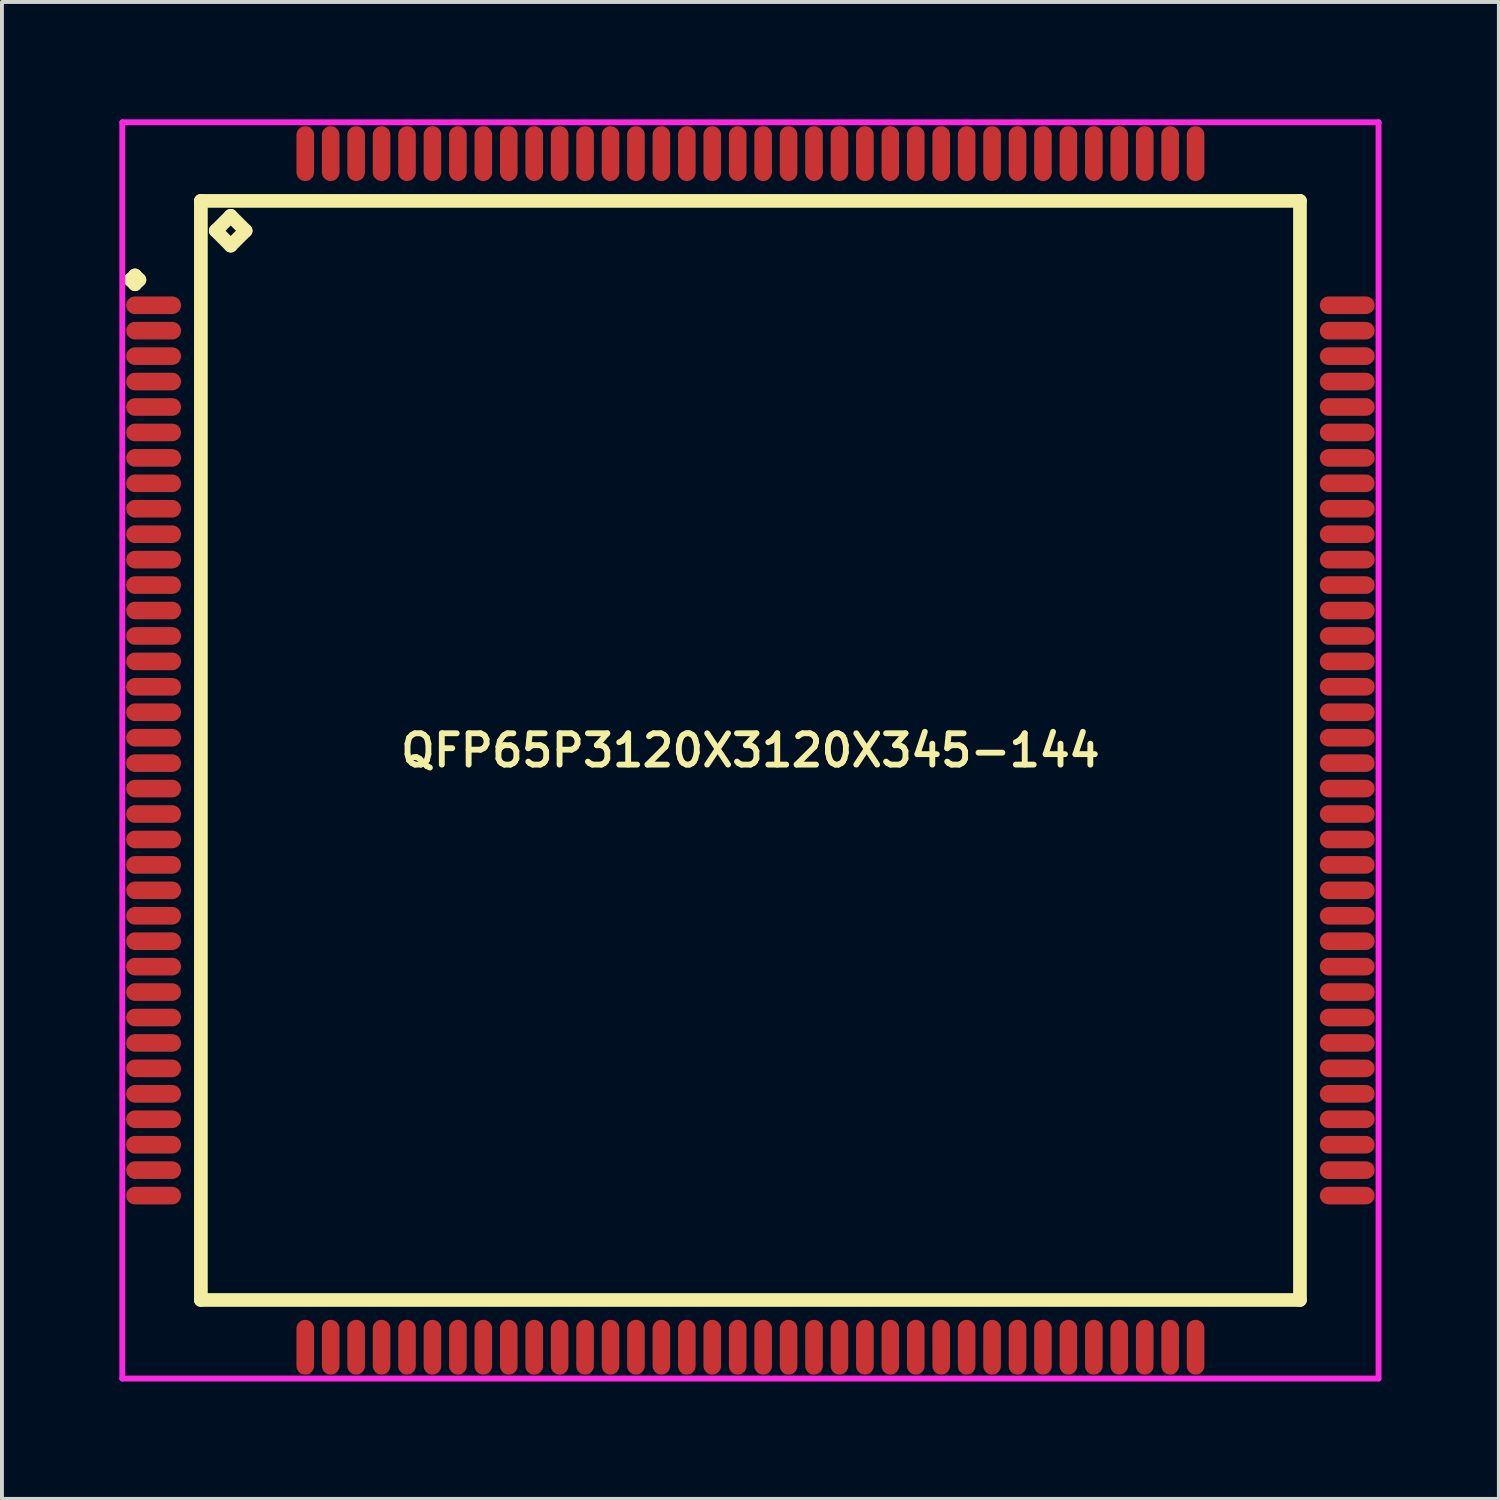
<source format=kicad_pcb>
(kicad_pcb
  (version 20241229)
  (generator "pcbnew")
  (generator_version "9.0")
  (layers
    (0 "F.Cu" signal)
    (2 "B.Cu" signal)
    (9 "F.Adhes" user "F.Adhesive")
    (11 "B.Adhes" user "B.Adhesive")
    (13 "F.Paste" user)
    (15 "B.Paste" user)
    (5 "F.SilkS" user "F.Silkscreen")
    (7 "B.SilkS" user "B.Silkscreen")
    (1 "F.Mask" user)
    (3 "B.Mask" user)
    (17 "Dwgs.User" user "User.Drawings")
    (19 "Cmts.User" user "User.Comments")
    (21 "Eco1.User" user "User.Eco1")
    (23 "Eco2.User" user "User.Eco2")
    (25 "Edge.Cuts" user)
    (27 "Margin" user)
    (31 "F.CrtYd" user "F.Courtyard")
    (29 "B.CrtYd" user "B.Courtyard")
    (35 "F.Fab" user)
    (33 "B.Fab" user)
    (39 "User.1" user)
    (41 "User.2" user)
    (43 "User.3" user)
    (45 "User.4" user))
  (footprint "QFP65P3120X3120X345-144"
    (layer "F.Cu")
    (at 16.125 16.125)
    (property "Reference" "QFP65P3120X3120X345-144" (at 0 0 0) (layer "F.SilkS") (effects (font (size 0.8 0.8) (thickness 0.15))))
    (attr smd)
    (fp_line (start -15.838 -12.025) (end -15.725 -12.137) (stroke (width 0.35) (type solid)) (layer "F.SilkS"))
    (fp_line (start -15.725 -12.137) (end -15.613 -12.025) (stroke (width 0.35) (type solid)) (layer "F.SilkS"))
    (fp_line (start -15.725 -11.912) (end -15.838 -12.025) (stroke (width 0.35) (type solid)) (layer "F.SilkS"))
    (fp_line (start -15.613 -12.025) (end -15.725 -11.912) (stroke (width 0.35) (type solid)) (layer "F.SilkS"))
    (fp_line (start -14.042 -14.042) (end -14.042 14.042) (stroke (width 0.35) (type solid)) (layer "F.SilkS"))
    (fp_line (start -14.042 14.042) (end 14.042 14.042) (stroke (width 0.35) (type solid)) (layer "F.SilkS"))
    (fp_line (start -13.661 -13.28) (end -13.28 -13.661) (stroke (width 0.35) (type solid)) (layer "F.SilkS"))
    (fp_line (start -13.28 -13.661) (end -12.899 -13.28) (stroke (width 0.35) (type solid)) (layer "F.SilkS"))
    (fp_line (start -13.28 -12.899) (end -13.661 -13.28) (stroke (width 0.35) (type solid)) (layer "F.SilkS"))
    (fp_line (start -12.899 -13.28) (end -13.28 -12.899) (stroke (width 0.35) (type solid)) (layer "F.SilkS"))
    (fp_line (start 14.042 -14.042) (end -14.042 -14.042) (stroke (width 0.35) (type solid)) (layer "F.SilkS"))
    (fp_line (start 14.042 14.042) (end 14.042 -14.042) (stroke (width 0.35) (type solid)) (layer "F.SilkS"))
    (fp_line (start -16.05 -16.05) (end 16.05 -16.05) (stroke (width 0.15) (type solid)) (layer "F.CrtYd"))
    (fp_line (start -16.05 16.05) (end -16.05 -16.05) (stroke (width 0.15) (type solid)) (layer "F.CrtYd"))
    (fp_line (start 16.05 -16.05) (end 16.05 16.05) (stroke (width 0.15) (type solid)) (layer "F.CrtYd"))
    (fp_line (start 16.05 16.05) (end -16.05 16.05) (stroke (width 0.15) (type solid)) (layer "F.CrtYd"))
    (pad "1" smd oval (at -15.25 -11.375) (size 1.4 0.45) (layers "F.Cu" "F.Mask" "F.Paste"))
    (pad "2" smd oval (at -15.25 -10.725) (size 1.4 0.45) (layers "F.Cu" "F.Mask" "F.Paste"))
    (pad "3" smd oval (at -15.25 -10.075) (size 1.4 0.45) (layers "F.Cu" "F.Mask" "F.Paste"))
    (pad "4" smd oval (at -15.25 -9.425) (size 1.4 0.45) (layers "F.Cu" "F.Mask" "F.Paste"))
    (pad "5" smd oval (at -15.25 -8.775) (size 1.4 0.45) (layers "F.Cu" "F.Mask" "F.Paste"))
    (pad "6" smd oval (at -15.25 -8.125) (size 1.4 0.45) (layers "F.Cu" "F.Mask" "F.Paste"))
    (pad "7" smd oval (at -15.25 -7.475) (size 1.4 0.45) (layers "F.Cu" "F.Mask" "F.Paste"))
    (pad "8" smd oval (at -15.25 -6.825) (size 1.4 0.45) (layers "F.Cu" "F.Mask" "F.Paste"))
    (pad "9" smd oval (at -15.25 -6.175) (size 1.4 0.45) (layers "F.Cu" "F.Mask" "F.Paste"))
    (pad "10" smd oval (at -15.25 -5.525) (size 1.4 0.45) (layers "F.Cu" "F.Mask" "F.Paste"))
    (pad "11" smd oval (at -15.25 -4.875) (size 1.4 0.45) (layers "F.Cu" "F.Mask" "F.Paste"))
    (pad "12" smd oval (at -15.25 -4.225) (size 1.4 0.45) (layers "F.Cu" "F.Mask" "F.Paste"))
    (pad "13" smd oval (at -15.25 -3.575) (size 1.4 0.45) (layers "F.Cu" "F.Mask" "F.Paste"))
    (pad "14" smd oval (at -15.25 -2.925) (size 1.4 0.45) (layers "F.Cu" "F.Mask" "F.Paste"))
    (pad "15" smd oval (at -15.25 -2.275) (size 1.4 0.45) (layers "F.Cu" "F.Mask" "F.Paste"))
    (pad "16" smd oval (at -15.25 -1.625) (size 1.4 0.45) (layers "F.Cu" "F.Mask" "F.Paste"))
    (pad "17" smd oval (at -15.25 -0.975) (size 1.4 0.45) (layers "F.Cu" "F.Mask" "F.Paste"))
    (pad "18" smd oval (at -15.25 -0.325) (size 1.4 0.45) (layers "F.Cu" "F.Mask" "F.Paste"))
    (pad "19" smd oval (at -15.25 0.325) (size 1.4 0.45) (layers "F.Cu" "F.Mask" "F.Paste"))
    (pad "20" smd oval (at -15.25 0.975) (size 1.4 0.45) (layers "F.Cu" "F.Mask" "F.Paste"))
    (pad "21" smd oval (at -15.25 1.625) (size 1.4 0.45) (layers "F.Cu" "F.Mask" "F.Paste"))
    (pad "22" smd oval (at -15.25 2.275) (size 1.4 0.45) (layers "F.Cu" "F.Mask" "F.Paste"))
    (pad "23" smd oval (at -15.25 2.925) (size 1.4 0.45) (layers "F.Cu" "F.Mask" "F.Paste"))
    (pad "24" smd oval (at -15.25 3.575) (size 1.4 0.45) (layers "F.Cu" "F.Mask" "F.Paste"))
    (pad "25" smd oval (at -15.25 4.225) (size 1.4 0.45) (layers "F.Cu" "F.Mask" "F.Paste"))
    (pad "26" smd oval (at -15.25 4.875) (size 1.4 0.45) (layers "F.Cu" "F.Mask" "F.Paste"))
    (pad "27" smd oval (at -15.25 5.525) (size 1.4 0.45) (layers "F.Cu" "F.Mask" "F.Paste"))
    (pad "28" smd oval (at -15.25 6.175) (size 1.4 0.45) (layers "F.Cu" "F.Mask" "F.Paste"))
    (pad "29" smd oval (at -15.25 6.825) (size 1.4 0.45) (layers "F.Cu" "F.Mask" "F.Paste"))
    (pad "30" smd oval (at -15.25 7.475) (size 1.4 0.45) (layers "F.Cu" "F.Mask" "F.Paste"))
    (pad "31" smd oval (at -15.25 8.125) (size 1.4 0.45) (layers "F.Cu" "F.Mask" "F.Paste"))
    (pad "32" smd oval (at -15.25 8.775) (size 1.4 0.45) (layers "F.Cu" "F.Mask" "F.Paste"))
    (pad "33" smd oval (at -15.25 9.425) (size 1.4 0.45) (layers "F.Cu" "F.Mask" "F.Paste"))
    (pad "34" smd oval (at -15.25 10.075) (size 1.4 0.45) (layers "F.Cu" "F.Mask" "F.Paste"))
    (pad "35" smd oval (at -15.25 10.725) (size 1.4 0.45) (layers "F.Cu" "F.Mask" "F.Paste"))
    (pad "36" smd oval (at -15.25 11.375) (size 1.4 0.45) (layers "F.Cu" "F.Mask" "F.Paste"))
    (pad "37" smd oval (at -11.375 15.25) (size 0.45 1.4) (layers "F.Cu" "F.Mask" "F.Paste"))
    (pad "38" smd oval (at -10.725 15.25) (size 0.45 1.4) (layers "F.Cu" "F.Mask" "F.Paste"))
    (pad "39" smd oval (at -10.075 15.25) (size 0.45 1.4) (layers "F.Cu" "F.Mask" "F.Paste"))
    (pad "40" smd oval (at -9.425 15.25) (size 0.45 1.4) (layers "F.Cu" "F.Mask" "F.Paste"))
    (pad "41" smd oval (at -8.775 15.25) (size 0.45 1.4) (layers "F.Cu" "F.Mask" "F.Paste"))
    (pad "42" smd oval (at -8.125 15.25) (size 0.45 1.4) (layers "F.Cu" "F.Mask" "F.Paste"))
    (pad "43" smd oval (at -7.475 15.25) (size 0.45 1.4) (layers "F.Cu" "F.Mask" "F.Paste"))
    (pad "44" smd oval (at -6.825 15.25) (size 0.45 1.4) (layers "F.Cu" "F.Mask" "F.Paste"))
    (pad "45" smd oval (at -6.175 15.25) (size 0.45 1.4) (layers "F.Cu" "F.Mask" "F.Paste"))
    (pad "46" smd oval (at -5.525 15.25) (size 0.45 1.4) (layers "F.Cu" "F.Mask" "F.Paste"))
    (pad "47" smd oval (at -4.875 15.25) (size 0.45 1.4) (layers "F.Cu" "F.Mask" "F.Paste"))
    (pad "48" smd oval (at -4.225 15.25) (size 0.45 1.4) (layers "F.Cu" "F.Mask" "F.Paste"))
    (pad "49" smd oval (at -3.575 15.25) (size 0.45 1.4) (layers "F.Cu" "F.Mask" "F.Paste"))
    (pad "50" smd oval (at -2.925 15.25) (size 0.45 1.4) (layers "F.Cu" "F.Mask" "F.Paste"))
    (pad "51" smd oval (at -2.275 15.25) (size 0.45 1.4) (layers "F.Cu" "F.Mask" "F.Paste"))
    (pad "52" smd oval (at -1.625 15.25) (size 0.45 1.4) (layers "F.Cu" "F.Mask" "F.Paste"))
    (pad "53" smd oval (at -0.975 15.25) (size 0.45 1.4) (layers "F.Cu" "F.Mask" "F.Paste"))
    (pad "54" smd oval (at -0.325 15.25) (size 0.45 1.4) (layers "F.Cu" "F.Mask" "F.Paste"))
    (pad "55" smd oval (at 0.325 15.25) (size 0.45 1.4) (layers "F.Cu" "F.Mask" "F.Paste"))
    (pad "56" smd oval (at 0.975 15.25) (size 0.45 1.4) (layers "F.Cu" "F.Mask" "F.Paste"))
    (pad "57" smd oval (at 1.625 15.25) (size 0.45 1.4) (layers "F.Cu" "F.Mask" "F.Paste"))
    (pad "58" smd oval (at 2.275 15.25) (size 0.45 1.4) (layers "F.Cu" "F.Mask" "F.Paste"))
    (pad "59" smd oval (at 2.925 15.25) (size 0.45 1.4) (layers "F.Cu" "F.Mask" "F.Paste"))
    (pad "60" smd oval (at 3.575 15.25) (size 0.45 1.4) (layers "F.Cu" "F.Mask" "F.Paste"))
    (pad "61" smd oval (at 4.225 15.25) (size 0.45 1.4) (layers "F.Cu" "F.Mask" "F.Paste"))
    (pad "62" smd oval (at 4.875 15.25) (size 0.45 1.4) (layers "F.Cu" "F.Mask" "F.Paste"))
    (pad "63" smd oval (at 5.525 15.25) (size 0.45 1.4) (layers "F.Cu" "F.Mask" "F.Paste"))
    (pad "64" smd oval (at 6.175 15.25) (size 0.45 1.4) (layers "F.Cu" "F.Mask" "F.Paste"))
    (pad "65" smd oval (at 6.825 15.25) (size 0.45 1.4) (layers "F.Cu" "F.Mask" "F.Paste"))
    (pad "66" smd oval (at 7.475 15.25) (size 0.45 1.4) (layers "F.Cu" "F.Mask" "F.Paste"))
    (pad "67" smd oval (at 8.125 15.25) (size 0.45 1.4) (layers "F.Cu" "F.Mask" "F.Paste"))
    (pad "68" smd oval (at 8.775 15.25) (size 0.45 1.4) (layers "F.Cu" "F.Mask" "F.Paste"))
    (pad "69" smd oval (at 9.425 15.25) (size 0.45 1.4) (layers "F.Cu" "F.Mask" "F.Paste"))
    (pad "70" smd oval (at 10.075 15.25) (size 0.45 1.4) (layers "F.Cu" "F.Mask" "F.Paste"))
    (pad "71" smd oval (at 10.725 15.25) (size 0.45 1.4) (layers "F.Cu" "F.Mask" "F.Paste"))
    (pad "72" smd oval (at 11.375 15.25) (size 0.45 1.4) (layers "F.Cu" "F.Mask" "F.Paste"))
    (pad "73" smd oval (at 15.25 11.375) (size 1.4 0.45) (layers "F.Cu" "F.Mask" "F.Paste"))
    (pad "74" smd oval (at 15.25 10.725) (size 1.4 0.45) (layers "F.Cu" "F.Mask" "F.Paste"))
    (pad "75" smd oval (at 15.25 10.075) (size 1.4 0.45) (layers "F.Cu" "F.Mask" "F.Paste"))
    (pad "76" smd oval (at 15.25 9.425) (size 1.4 0.45) (layers "F.Cu" "F.Mask" "F.Paste"))
    (pad "77" smd oval (at 15.25 8.775) (size 1.4 0.45) (layers "F.Cu" "F.Mask" "F.Paste"))
    (pad "78" smd oval (at 15.25 8.125) (size 1.4 0.45) (layers "F.Cu" "F.Mask" "F.Paste"))
    (pad "79" smd oval (at 15.25 7.475) (size 1.4 0.45) (layers "F.Cu" "F.Mask" "F.Paste"))
    (pad "80" smd oval (at 15.25 6.825) (size 1.4 0.45) (layers "F.Cu" "F.Mask" "F.Paste"))
    (pad "81" smd oval (at 15.25 6.175) (size 1.4 0.45) (layers "F.Cu" "F.Mask" "F.Paste"))
    (pad "82" smd oval (at 15.25 5.525) (size 1.4 0.45) (layers "F.Cu" "F.Mask" "F.Paste"))
    (pad "83" smd oval (at 15.25 4.875) (size 1.4 0.45) (layers "F.Cu" "F.Mask" "F.Paste"))
    (pad "84" smd oval (at 15.25 4.225) (size 1.4 0.45) (layers "F.Cu" "F.Mask" "F.Paste"))
    (pad "85" smd oval (at 15.25 3.575) (size 1.4 0.45) (layers "F.Cu" "F.Mask" "F.Paste"))
    (pad "86" smd oval (at 15.25 2.925) (size 1.4 0.45) (layers "F.Cu" "F.Mask" "F.Paste"))
    (pad "87" smd oval (at 15.25 2.275) (size 1.4 0.45) (layers "F.Cu" "F.Mask" "F.Paste"))
    (pad "88" smd oval (at 15.25 1.625) (size 1.4 0.45) (layers "F.Cu" "F.Mask" "F.Paste"))
    (pad "89" smd oval (at 15.25 0.975) (size 1.4 0.45) (layers "F.Cu" "F.Mask" "F.Paste"))
    (pad "90" smd oval (at 15.25 0.325) (size 1.4 0.45) (layers "F.Cu" "F.Mask" "F.Paste"))
    (pad "91" smd oval (at 15.25 -0.325) (size 1.4 0.45) (layers "F.Cu" "F.Mask" "F.Paste"))
    (pad "92" smd oval (at 15.25 -0.975) (size 1.4 0.45) (layers "F.Cu" "F.Mask" "F.Paste"))
    (pad "93" smd oval (at 15.25 -1.625) (size 1.4 0.45) (layers "F.Cu" "F.Mask" "F.Paste"))
    (pad "94" smd oval (at 15.25 -2.275) (size 1.4 0.45) (layers "F.Cu" "F.Mask" "F.Paste"))
    (pad "95" smd oval (at 15.25 -2.925) (size 1.4 0.45) (layers "F.Cu" "F.Mask" "F.Paste"))
    (pad "96" smd oval (at 15.25 -3.575) (size 1.4 0.45) (layers "F.Cu" "F.Mask" "F.Paste"))
    (pad "97" smd oval (at 15.25 -4.225) (size 1.4 0.45) (layers "F.Cu" "F.Mask" "F.Paste"))
    (pad "98" smd oval (at 15.25 -4.875) (size 1.4 0.45) (layers "F.Cu" "F.Mask" "F.Paste"))
    (pad "99" smd oval (at 15.25 -5.525) (size 1.4 0.45) (layers "F.Cu" "F.Mask" "F.Paste"))
    (pad "100" smd oval (at 15.25 -6.175) (size 1.4 0.45) (layers "F.Cu" "F.Mask" "F.Paste"))
    (pad "101" smd oval (at 15.25 -6.825) (size 1.4 0.45) (layers "F.Cu" "F.Mask" "F.Paste"))
    (pad "102" smd oval (at 15.25 -7.475) (size 1.4 0.45) (layers "F.Cu" "F.Mask" "F.Paste"))
    (pad "103" smd oval (at 15.25 -8.125) (size 1.4 0.45) (layers "F.Cu" "F.Mask" "F.Paste"))
    (pad "104" smd oval (at 15.25 -8.775) (size 1.4 0.45) (layers "F.Cu" "F.Mask" "F.Paste"))
    (pad "105" smd oval (at 15.25 -9.425) (size 1.4 0.45) (layers "F.Cu" "F.Mask" "F.Paste"))
    (pad "106" smd oval (at 15.25 -10.075) (size 1.4 0.45) (layers "F.Cu" "F.Mask" "F.Paste"))
    (pad "107" smd oval (at 15.25 -10.725) (size 1.4 0.45) (layers "F.Cu" "F.Mask" "F.Paste"))
    (pad "108" smd oval (at 15.25 -11.375) (size 1.4 0.45) (layers "F.Cu" "F.Mask" "F.Paste"))
    (pad "109" smd oval (at 11.375 -15.25) (size 0.45 1.4) (layers "F.Cu" "F.Mask" "F.Paste"))
    (pad "110" smd oval (at 10.725 -15.25) (size 0.45 1.4) (layers "F.Cu" "F.Mask" "F.Paste"))
    (pad "111" smd oval (at 10.075 -15.25) (size 0.45 1.4) (layers "F.Cu" "F.Mask" "F.Paste"))
    (pad "112" smd oval (at 9.425 -15.25) (size 0.45 1.4) (layers "F.Cu" "F.Mask" "F.Paste"))
    (pad "113" smd oval (at 8.775 -15.25) (size 0.45 1.4) (layers "F.Cu" "F.Mask" "F.Paste"))
    (pad "114" smd oval (at 8.125 -15.25) (size 0.45 1.4) (layers "F.Cu" "F.Mask" "F.Paste"))
    (pad "115" smd oval (at 7.475 -15.25) (size 0.45 1.4) (layers "F.Cu" "F.Mask" "F.Paste"))
    (pad "116" smd oval (at 6.825 -15.25) (size 0.45 1.4) (layers "F.Cu" "F.Mask" "F.Paste"))
    (pad "117" smd oval (at 6.175 -15.25) (size 0.45 1.4) (layers "F.Cu" "F.Mask" "F.Paste"))
    (pad "118" smd oval (at 5.525 -15.25) (size 0.45 1.4) (layers "F.Cu" "F.Mask" "F.Paste"))
    (pad "119" smd oval (at 4.875 -15.25) (size 0.45 1.4) (layers "F.Cu" "F.Mask" "F.Paste"))
    (pad "120" smd oval (at 4.225 -15.25) (size 0.45 1.4) (layers "F.Cu" "F.Mask" "F.Paste"))
    (pad "121" smd oval (at 3.575 -15.25) (size 0.45 1.4) (layers "F.Cu" "F.Mask" "F.Paste"))
    (pad "122" smd oval (at 2.925 -15.25) (size 0.45 1.4) (layers "F.Cu" "F.Mask" "F.Paste"))
    (pad "123" smd oval (at 2.275 -15.25) (size 0.45 1.4) (layers "F.Cu" "F.Mask" "F.Paste"))
    (pad "124" smd oval (at 1.625 -15.25) (size 0.45 1.4) (layers "F.Cu" "F.Mask" "F.Paste"))
    (pad "125" smd oval (at 0.975 -15.25) (size 0.45 1.4) (layers "F.Cu" "F.Mask" "F.Paste"))
    (pad "126" smd oval (at 0.325 -15.25) (size 0.45 1.4) (layers "F.Cu" "F.Mask" "F.Paste"))
    (pad "127" smd oval (at -0.325 -15.25) (size 0.45 1.4) (layers "F.Cu" "F.Mask" "F.Paste"))
    (pad "128" smd oval (at -0.975 -15.25) (size 0.45 1.4) (layers "F.Cu" "F.Mask" "F.Paste"))
    (pad "129" smd oval (at -1.625 -15.25) (size 0.45 1.4) (layers "F.Cu" "F.Mask" "F.Paste"))
    (pad "130" smd oval (at -2.275 -15.25) (size 0.45 1.4) (layers "F.Cu" "F.Mask" "F.Paste"))
    (pad "131" smd oval (at -2.925 -15.25) (size 0.45 1.4) (layers "F.Cu" "F.Mask" "F.Paste"))
    (pad "132" smd oval (at -3.575 -15.25) (size 0.45 1.4) (layers "F.Cu" "F.Mask" "F.Paste"))
    (pad "133" smd oval (at -4.225 -15.25) (size 0.45 1.4) (layers "F.Cu" "F.Mask" "F.Paste"))
    (pad "134" smd oval (at -4.875 -15.25) (size 0.45 1.4) (layers "F.Cu" "F.Mask" "F.Paste"))
    (pad "135" smd oval (at -5.525 -15.25) (size 0.45 1.4) (layers "F.Cu" "F.Mask" "F.Paste"))
    (pad "136" smd oval (at -6.175 -15.25) (size 0.45 1.4) (layers "F.Cu" "F.Mask" "F.Paste"))
    (pad "137" smd oval (at -6.825 -15.25) (size 0.45 1.4) (layers "F.Cu" "F.Mask" "F.Paste"))
    (pad "138" smd oval (at -7.475 -15.25) (size 0.45 1.4) (layers "F.Cu" "F.Mask" "F.Paste"))
    (pad "139" smd oval (at -8.125 -15.25) (size 0.45 1.4) (layers "F.Cu" "F.Mask" "F.Paste"))
    (pad "140" smd oval (at -8.775 -15.25) (size 0.45 1.4) (layers "F.Cu" "F.Mask" "F.Paste"))
    (pad "141" smd oval (at -9.425 -15.25) (size 0.45 1.4) (layers "F.Cu" "F.Mask" "F.Paste"))
    (pad "142" smd oval (at -10.075 -15.25) (size 0.45 1.4) (layers "F.Cu" "F.Mask" "F.Paste"))
    (pad "143" smd oval (at -10.725 -15.25) (size 0.45 1.4) (layers "F.Cu" "F.Mask" "F.Paste"))
    (pad "144" smd oval (at -11.375 -15.25) (size 0.45 1.4) (layers "F.Cu" "F.Mask" "F.Paste")))
  (gr_rect
    (start -3 -3)
    (end 35.25 35.25)
    (stroke (width 0.1) (type default))
    (fill no)
    (layer "Edge.Cuts")))
</source>
